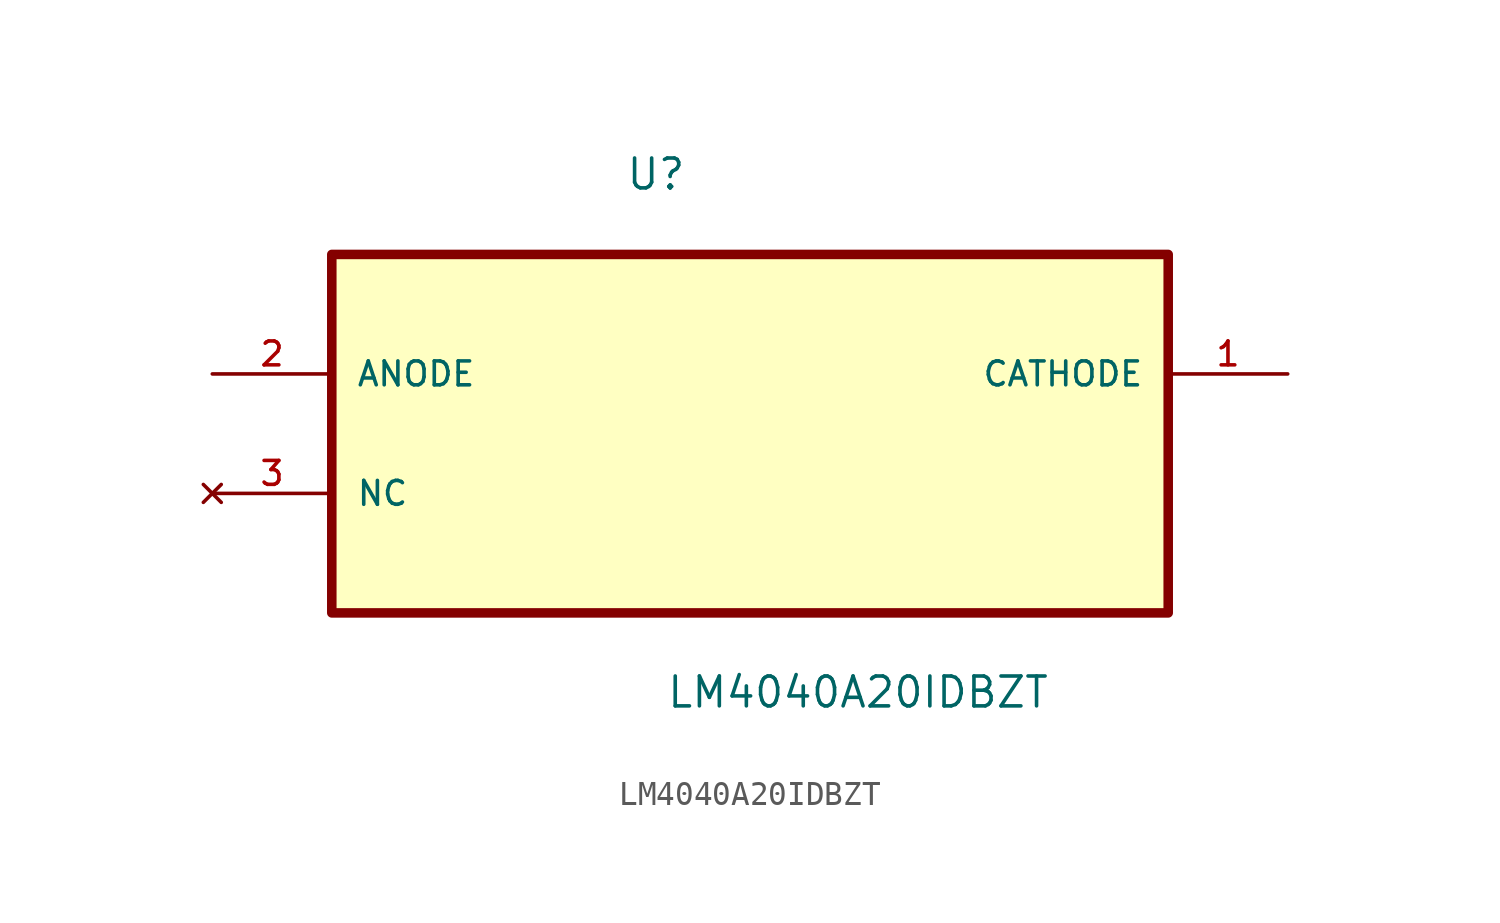
<source format=kicad_sym>
(kicad_symbol_lib
  (version 20211014)
  (generator kicad_symbol_editor)
  (symbol "LM4040A20IDBZT"
    (pin_names
      (offset 1.016))
    (property "Reference" "U"
      (at -5.309 7.747 0.0)
      (effects (font (size 1.27 1.27)) (justify bottom left)))
    (property "Value" "LM4040A20IDBZT"
      (at -3.581 -14.275 0.0)
      (effects (font (size 1.27 1.27)) (justify bottom left)))
    (symbol "LM4040A20IDBZT_0_0"
      (rectangle (start -17.78 -10.16) (end 17.78 5.08) (stroke (width 0.406)) (fill (type background)))
      (pin input line (at -22.86 0.0 0) (length 5.08) (name "ANODE" (effects (font (size 1.016 1.016)))) (number "2" (effects (font (size 1.016 1.016)))))
      (pin no_connect line (at -22.86 -5.08 0) (length 5.08) (name "NC" (effects (font (size 1.016 1.016)))) (number "3" (effects (font (size 1.016 1.016)))))
      (pin output line (at 22.86 0.0 180.0) (length 5.08) (name "CATHODE" (effects (font (size 1.016 1.016)))) (number "1" (effects (font (size 1.016 1.016))))))))
</source>
